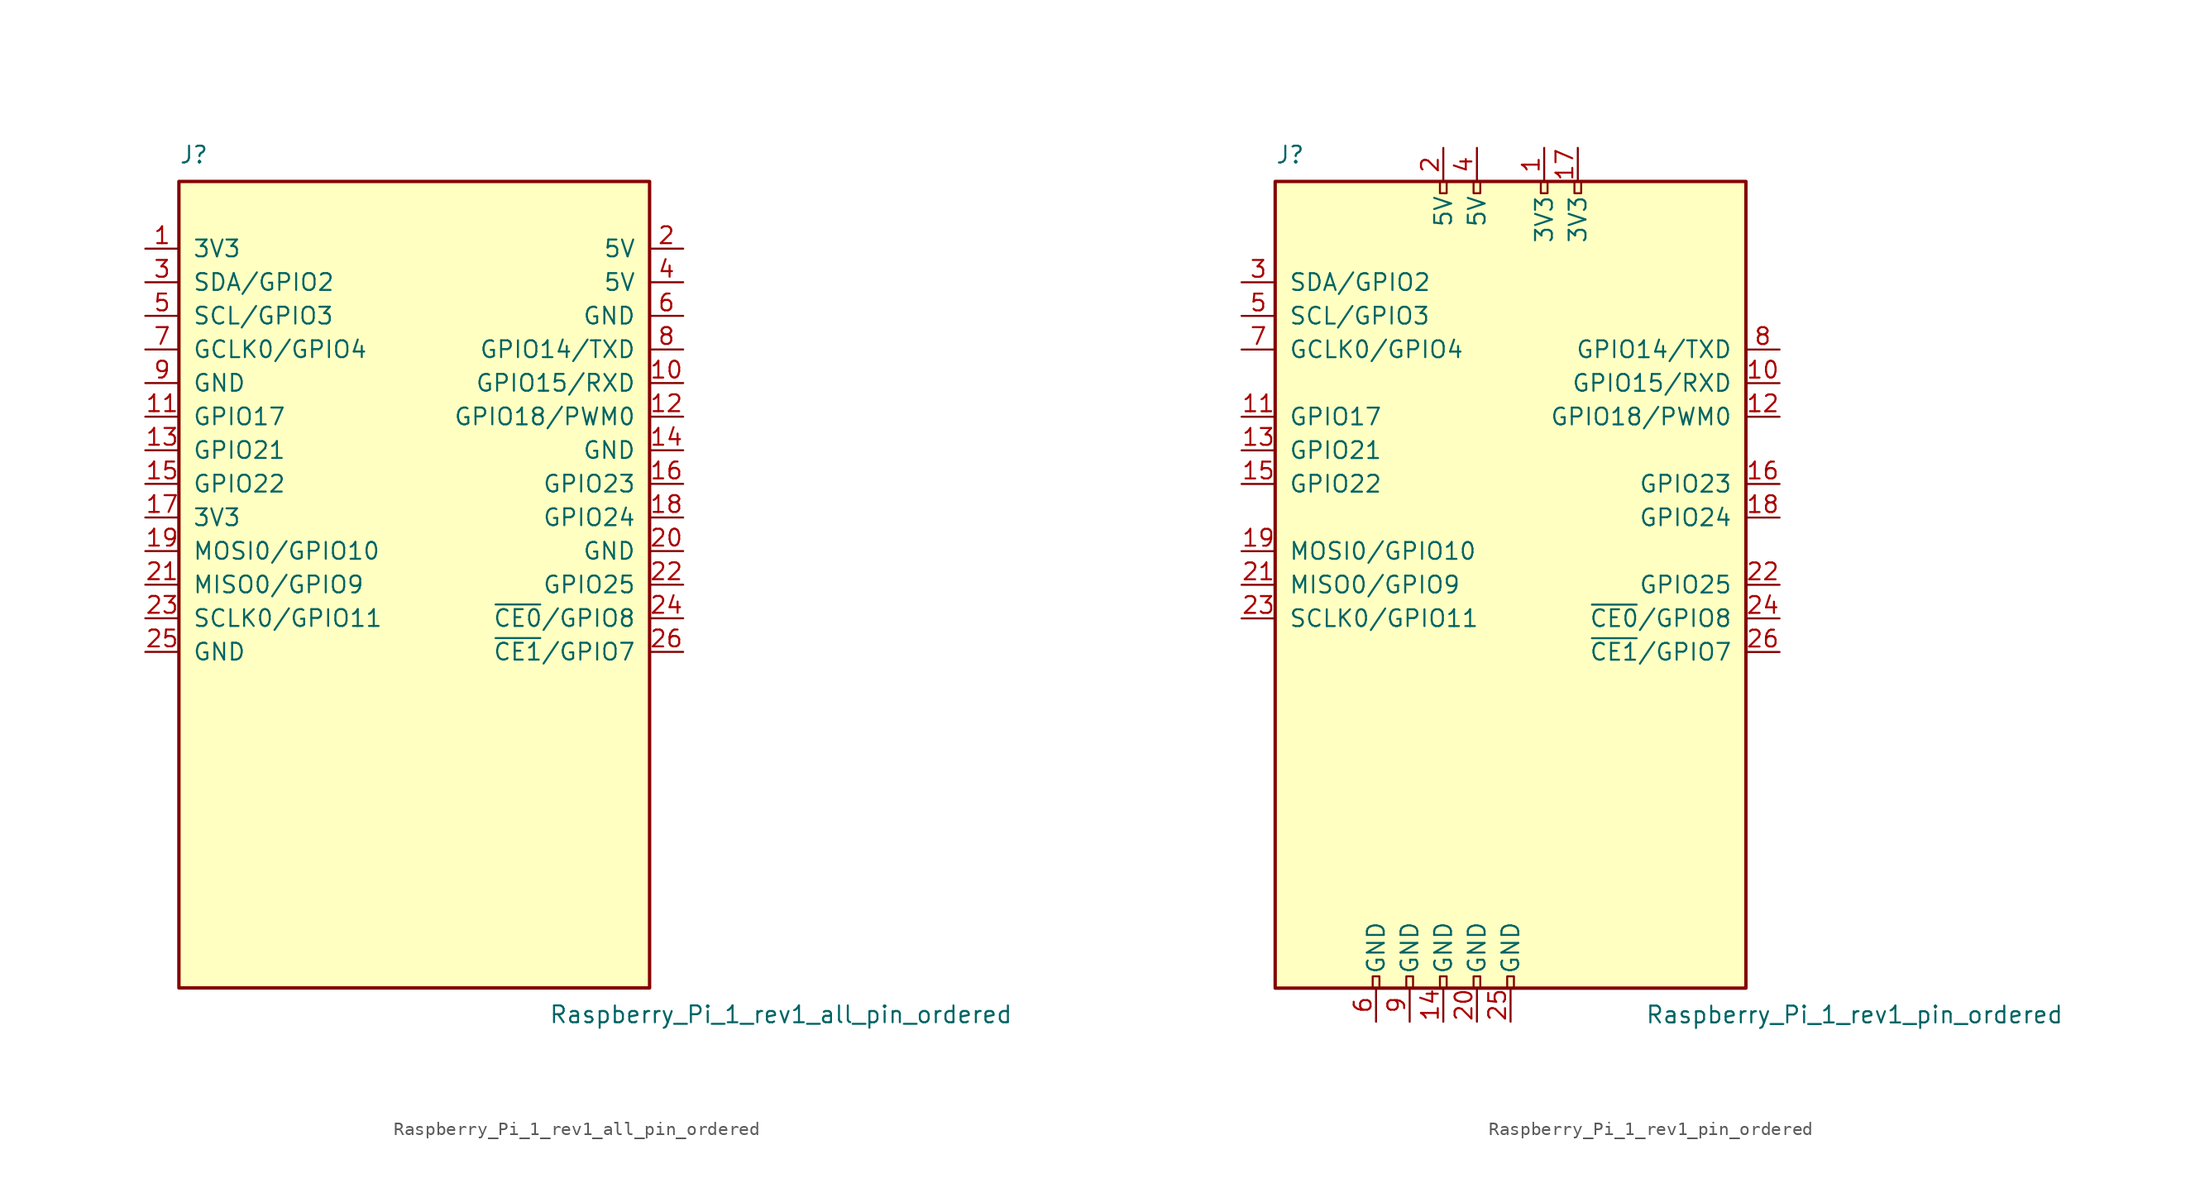
<source format=kicad_sym>
(kicad_symbol_lib
  (version 20211014)
  (generator kicad_symbol_editor)
  (symbol "Raspberry_Pi_1_rev1_all_pin_ordered"
    (pin_names
      (offset 1.016))
    (property "Reference" "J"
      (at -17.78 31.75 0)
      (effects (font (size 1.27 1.27)) (justify left bottom)))
    (property "Value" "Raspberry_Pi_1_rev1_all_pin_ordered"
      (at 10.16 -31.75 0)
      (effects (font (size 1.27 1.27)) (justify left top)))
    (symbol "Raspberry_Pi_1_rev1_all_pin_ordered_0_1"
      (rectangle (start -17.78 30.48) (end 17.78 -30.48) (stroke (width 0.254) (type default) (color 0 0 0 0)) (fill (type background))))
    (symbol "Raspberry_Pi_1_rev1_all_pin_ordered_1_1"
      (pin power_in line (at -20.32 25.4 0) (length 2.54) (name "3V3" (effects (font (size 1.27 1.27)))) (number "1" (effects (font (size 1.27 1.27)))))
      (pin bidirectional line (at 20.32 15.24 180) (length 2.54) (name "GPIO15/RXD" (effects (font (size 1.27 1.27)))) (number "10" (effects (font (size 1.27 1.27)))))
      (pin bidirectional line (at -20.32 12.7 0) (length 2.54) (name "GPIO17" (effects (font (size 1.27 1.27)))) (number "11" (effects (font (size 1.27 1.27)))))
      (pin bidirectional line (at 20.32 12.7 180) (length 2.54) (name "GPIO18/PWM0" (effects (font (size 1.27 1.27)))) (number "12" (effects (font (size 1.27 1.27)))))
      (pin bidirectional line (at -20.32 10.16 0) (length 2.54) (name "GPIO21" (effects (font (size 1.27 1.27)))) (number "13" (effects (font (size 1.27 1.27)))))
      (pin power_in line (at 20.32 10.16 180) (length 2.54) (name "GND" (effects (font (size 1.27 1.27)))) (number "14" (effects (font (size 1.27 1.27)))))
      (pin bidirectional line (at -20.32 7.62 0) (length 2.54) (name "GPIO22" (effects (font (size 1.27 1.27)))) (number "15" (effects (font (size 1.27 1.27)))))
      (pin bidirectional line (at 20.32 7.62 180) (length 2.54) (name "GPIO23" (effects (font (size 1.27 1.27)))) (number "16" (effects (font (size 1.27 1.27)))))
      (pin power_in line (at -20.32 5.08 0) (length 2.54) (name "3V3" (effects (font (size 1.27 1.27)))) (number "17" (effects (font (size 1.27 1.27)))))
      (pin bidirectional line (at 20.32 5.08 180) (length 2.54) (name "GPIO24" (effects (font (size 1.27 1.27)))) (number "18" (effects (font (size 1.27 1.27)))))
      (pin bidirectional line (at -20.32 2.54 0) (length 2.54) (name "MOSI0/GPIO10" (effects (font (size 1.27 1.27)))) (number "19" (effects (font (size 1.27 1.27)))))
      (pin power_in line (at 20.32 25.4 180) (length 2.54) (name "5V" (effects (font (size 1.27 1.27)))) (number "2" (effects (font (size 1.27 1.27)))))
      (pin power_in line (at 20.32 2.54 180) (length 2.54) (name "GND" (effects (font (size 1.27 1.27)))) (number "20" (effects (font (size 1.27 1.27)))))
      (pin bidirectional line (at -20.32 0 0) (length 2.54) (name "MISO0/GPIO9" (effects (font (size 1.27 1.27)))) (number "21" (effects (font (size 1.27 1.27)))))
      (pin bidirectional line (at 20.32 0 180) (length 2.54) (name "GPIO25" (effects (font (size 1.27 1.27)))) (number "22" (effects (font (size 1.27 1.27)))))
      (pin bidirectional line (at -20.32 -2.54 0) (length 2.54) (name "SCLK0/GPIO11" (effects (font (size 1.27 1.27)))) (number "23" (effects (font (size 1.27 1.27)))))
      (pin bidirectional line (at 20.32 -2.54 180) (length 2.54) (name "~{CE0}/GPIO8" (effects (font (size 1.27 1.27)))) (number "24" (effects (font (size 1.27 1.27)))))
      (pin power_in line (at -20.32 -5.08 0) (length 2.54) (name "GND" (effects (font (size 1.27 1.27)))) (number "25" (effects (font (size 1.27 1.27)))))
      (pin bidirectional line (at 20.32 -5.08 180) (length 2.54) (name "~{CE1}/GPIO7" (effects (font (size 1.27 1.27)))) (number "26" (effects (font (size 1.27 1.27)))))
      (pin bidirectional line (at -20.32 22.86 0) (length 2.54) (name "SDA/GPIO2" (effects (font (size 1.27 1.27)))) (number "3" (effects (font (size 1.27 1.27)))))
      (pin power_in line (at 20.32 22.86 180) (length 2.54) (name "5V" (effects (font (size 1.27 1.27)))) (number "4" (effects (font (size 1.27 1.27)))))
      (pin bidirectional line (at -20.32 20.32 0) (length 2.54) (name "SCL/GPIO3" (effects (font (size 1.27 1.27)))) (number "5" (effects (font (size 1.27 1.27)))))
      (pin power_in line (at 20.32 20.32 180) (length 2.54) (name "GND" (effects (font (size 1.27 1.27)))) (number "6" (effects (font (size 1.27 1.27)))))
      (pin bidirectional line (at -20.32 17.78 0) (length 2.54) (name "GCLK0/GPIO4" (effects (font (size 1.27 1.27)))) (number "7" (effects (font (size 1.27 1.27)))))
      (pin bidirectional line (at 20.32 17.78 180) (length 2.54) (name "GPIO14/TXD" (effects (font (size 1.27 1.27)))) (number "8" (effects (font (size 1.27 1.27)))))
      (pin power_in line (at -20.32 15.24 0) (length 2.54) (name "GND" (effects (font (size 1.27 1.27)))) (number "9" (effects (font (size 1.27 1.27)))))))
  (symbol "Raspberry_Pi_1_rev1_pin_ordered"
    (pin_names
      (offset 1.016))
    (property "Reference" "J"
      (at -17.78 31.75 0)
      (effects (font (size 1.27 1.27)) (justify left bottom)))
    (property "Value" "Raspberry_Pi_1_rev1_pin_ordered"
      (at 10.16 -31.75 0)
      (effects (font (size 1.27 1.27)) (justify left top)))
    (symbol "Raspberry_Pi_1_rev1_pin_ordered_0_1"
      (rectangle (start -17.78 30.48) (end 17.78 -30.48) (stroke (width 0.254) (type default) (color 0 0 0 0)) (fill (type background))))
    (symbol "Raspberry_Pi_1_rev1_pin_ordered_1_1"
      (rectangle (start -10.414 -29.591) (end -9.906 -30.48) (stroke (width 0) (type default) (color 0 0 0 0)) (fill (type none)))
      (rectangle (start -7.874 -29.591) (end -7.366 -30.48) (stroke (width 0) (type default) (color 0 0 0 0)) (fill (type none)))
      (rectangle (start -5.334 -29.591) (end -4.826 -30.48) (stroke (width 0) (type default) (color 0 0 0 0)) (fill (type none)))
      (rectangle (start -5.334 30.48) (end -4.826 29.591) (stroke (width 0) (type default) (color 0 0 0 0)) (fill (type none)))
      (rectangle (start -2.794 -29.591) (end -2.286 -30.48) (stroke (width 0) (type default) (color 0 0 0 0)) (fill (type none)))
      (rectangle (start -2.794 30.48) (end -2.286 29.591) (stroke (width 0) (type default) (color 0 0 0 0)) (fill (type none)))
      (rectangle (start -0.254 -29.591) (end 0.254 -30.48) (stroke (width 0) (type default) (color 0 0 0 0)) (fill (type none)))
      (rectangle (start 2.286 30.48) (end 2.794 29.591) (stroke (width 0) (type default) (color 0 0 0 0)) (fill (type none)))
      (rectangle (start 4.826 30.48) (end 5.334 29.591) (stroke (width 0) (type default) (color 0 0 0 0)) (fill (type none)))
      (pin power_in line (at 2.54 33.02 270) (length 2.54) (name "3V3" (effects (font (size 1.27 1.27)))) (number "1" (effects (font (size 1.27 1.27)))))
      (pin bidirectional line (at 20.32 15.24 180) (length 2.54) (name "GPIO15/RXD" (effects (font (size 1.27 1.27)))) (number "10" (effects (font (size 1.27 1.27)))))
      (pin bidirectional line (at -20.32 12.7 0) (length 2.54) (name "GPIO17" (effects (font (size 1.27 1.27)))) (number "11" (effects (font (size 1.27 1.27)))))
      (pin bidirectional line (at 20.32 12.7 180) (length 2.54) (name "GPIO18/PWM0" (effects (font (size 1.27 1.27)))) (number "12" (effects (font (size 1.27 1.27)))))
      (pin bidirectional line (at -20.32 10.16 0) (length 2.54) (name "GPIO21" (effects (font (size 1.27 1.27)))) (number "13" (effects (font (size 1.27 1.27)))))
      (pin power_in line (at -5.08 -33.02 90) (length 2.54) (name "GND" (effects (font (size 1.27 1.27)))) (number "14" (effects (font (size 1.27 1.27)))))
      (pin bidirectional line (at -20.32 7.62 0) (length 2.54) (name "GPIO22" (effects (font (size 1.27 1.27)))) (number "15" (effects (font (size 1.27 1.27)))))
      (pin bidirectional line (at 20.32 7.62 180) (length 2.54) (name "GPIO23" (effects (font (size 1.27 1.27)))) (number "16" (effects (font (size 1.27 1.27)))))
      (pin power_in line (at 5.08 33.02 270) (length 2.54) (name "3V3" (effects (font (size 1.27 1.27)))) (number "17" (effects (font (size 1.27 1.27)))))
      (pin bidirectional line (at 20.32 5.08 180) (length 2.54) (name "GPIO24" (effects (font (size 1.27 1.27)))) (number "18" (effects (font (size 1.27 1.27)))))
      (pin bidirectional line (at -20.32 2.54 0) (length 2.54) (name "MOSI0/GPIO10" (effects (font (size 1.27 1.27)))) (number "19" (effects (font (size 1.27 1.27)))))
      (pin power_in line (at -5.08 33.02 270) (length 2.54) (name "5V" (effects (font (size 1.27 1.27)))) (number "2" (effects (font (size 1.27 1.27)))))
      (pin power_in line (at -2.54 -33.02 90) (length 2.54) (name "GND" (effects (font (size 1.27 1.27)))) (number "20" (effects (font (size 1.27 1.27)))))
      (pin bidirectional line (at -20.32 0 0) (length 2.54) (name "MISO0/GPIO9" (effects (font (size 1.27 1.27)))) (number "21" (effects (font (size 1.27 1.27)))))
      (pin bidirectional line (at 20.32 0 180) (length 2.54) (name "GPIO25" (effects (font (size 1.27 1.27)))) (number "22" (effects (font (size 1.27 1.27)))))
      (pin bidirectional line (at -20.32 -2.54 0) (length 2.54) (name "SCLK0/GPIO11" (effects (font (size 1.27 1.27)))) (number "23" (effects (font (size 1.27 1.27)))))
      (pin bidirectional line (at 20.32 -2.54 180) (length 2.54) (name "~{CE0}/GPIO8" (effects (font (size 1.27 1.27)))) (number "24" (effects (font (size 1.27 1.27)))))
      (pin power_in line (at 0 -33.02 90) (length 2.54) (name "GND" (effects (font (size 1.27 1.27)))) (number "25" (effects (font (size 1.27 1.27)))))
      (pin bidirectional line (at 20.32 -5.08 180) (length 2.54) (name "~{CE1}/GPIO7" (effects (font (size 1.27 1.27)))) (number "26" (effects (font (size 1.27 1.27)))))
      (pin bidirectional line (at -20.32 22.86 0) (length 2.54) (name "SDA/GPIO2" (effects (font (size 1.27 1.27)))) (number "3" (effects (font (size 1.27 1.27)))))
      (pin power_in line (at -2.54 33.02 270) (length 2.54) (name "5V" (effects (font (size 1.27 1.27)))) (number "4" (effects (font (size 1.27 1.27)))))
      (pin bidirectional line (at -20.32 20.32 0) (length 2.54) (name "SCL/GPIO3" (effects (font (size 1.27 1.27)))) (number "5" (effects (font (size 1.27 1.27)))))
      (pin power_in line (at -10.16 -33.02 90) (length 2.54) (name "GND" (effects (font (size 1.27 1.27)))) (number "6" (effects (font (size 1.27 1.27)))))
      (pin bidirectional line (at -20.32 17.78 0) (length 2.54) (name "GCLK0/GPIO4" (effects (font (size 1.27 1.27)))) (number "7" (effects (font (size 1.27 1.27)))))
      (pin bidirectional line (at 20.32 17.78 180) (length 2.54) (name "GPIO14/TXD" (effects (font (size 1.27 1.27)))) (number "8" (effects (font (size 1.27 1.27)))))
      (pin power_in line (at -7.62 -33.02 90) (length 2.54) (name "GND" (effects (font (size 1.27 1.27)))) (number "9" (effects (font (size 1.27 1.27))))))))
</source>
